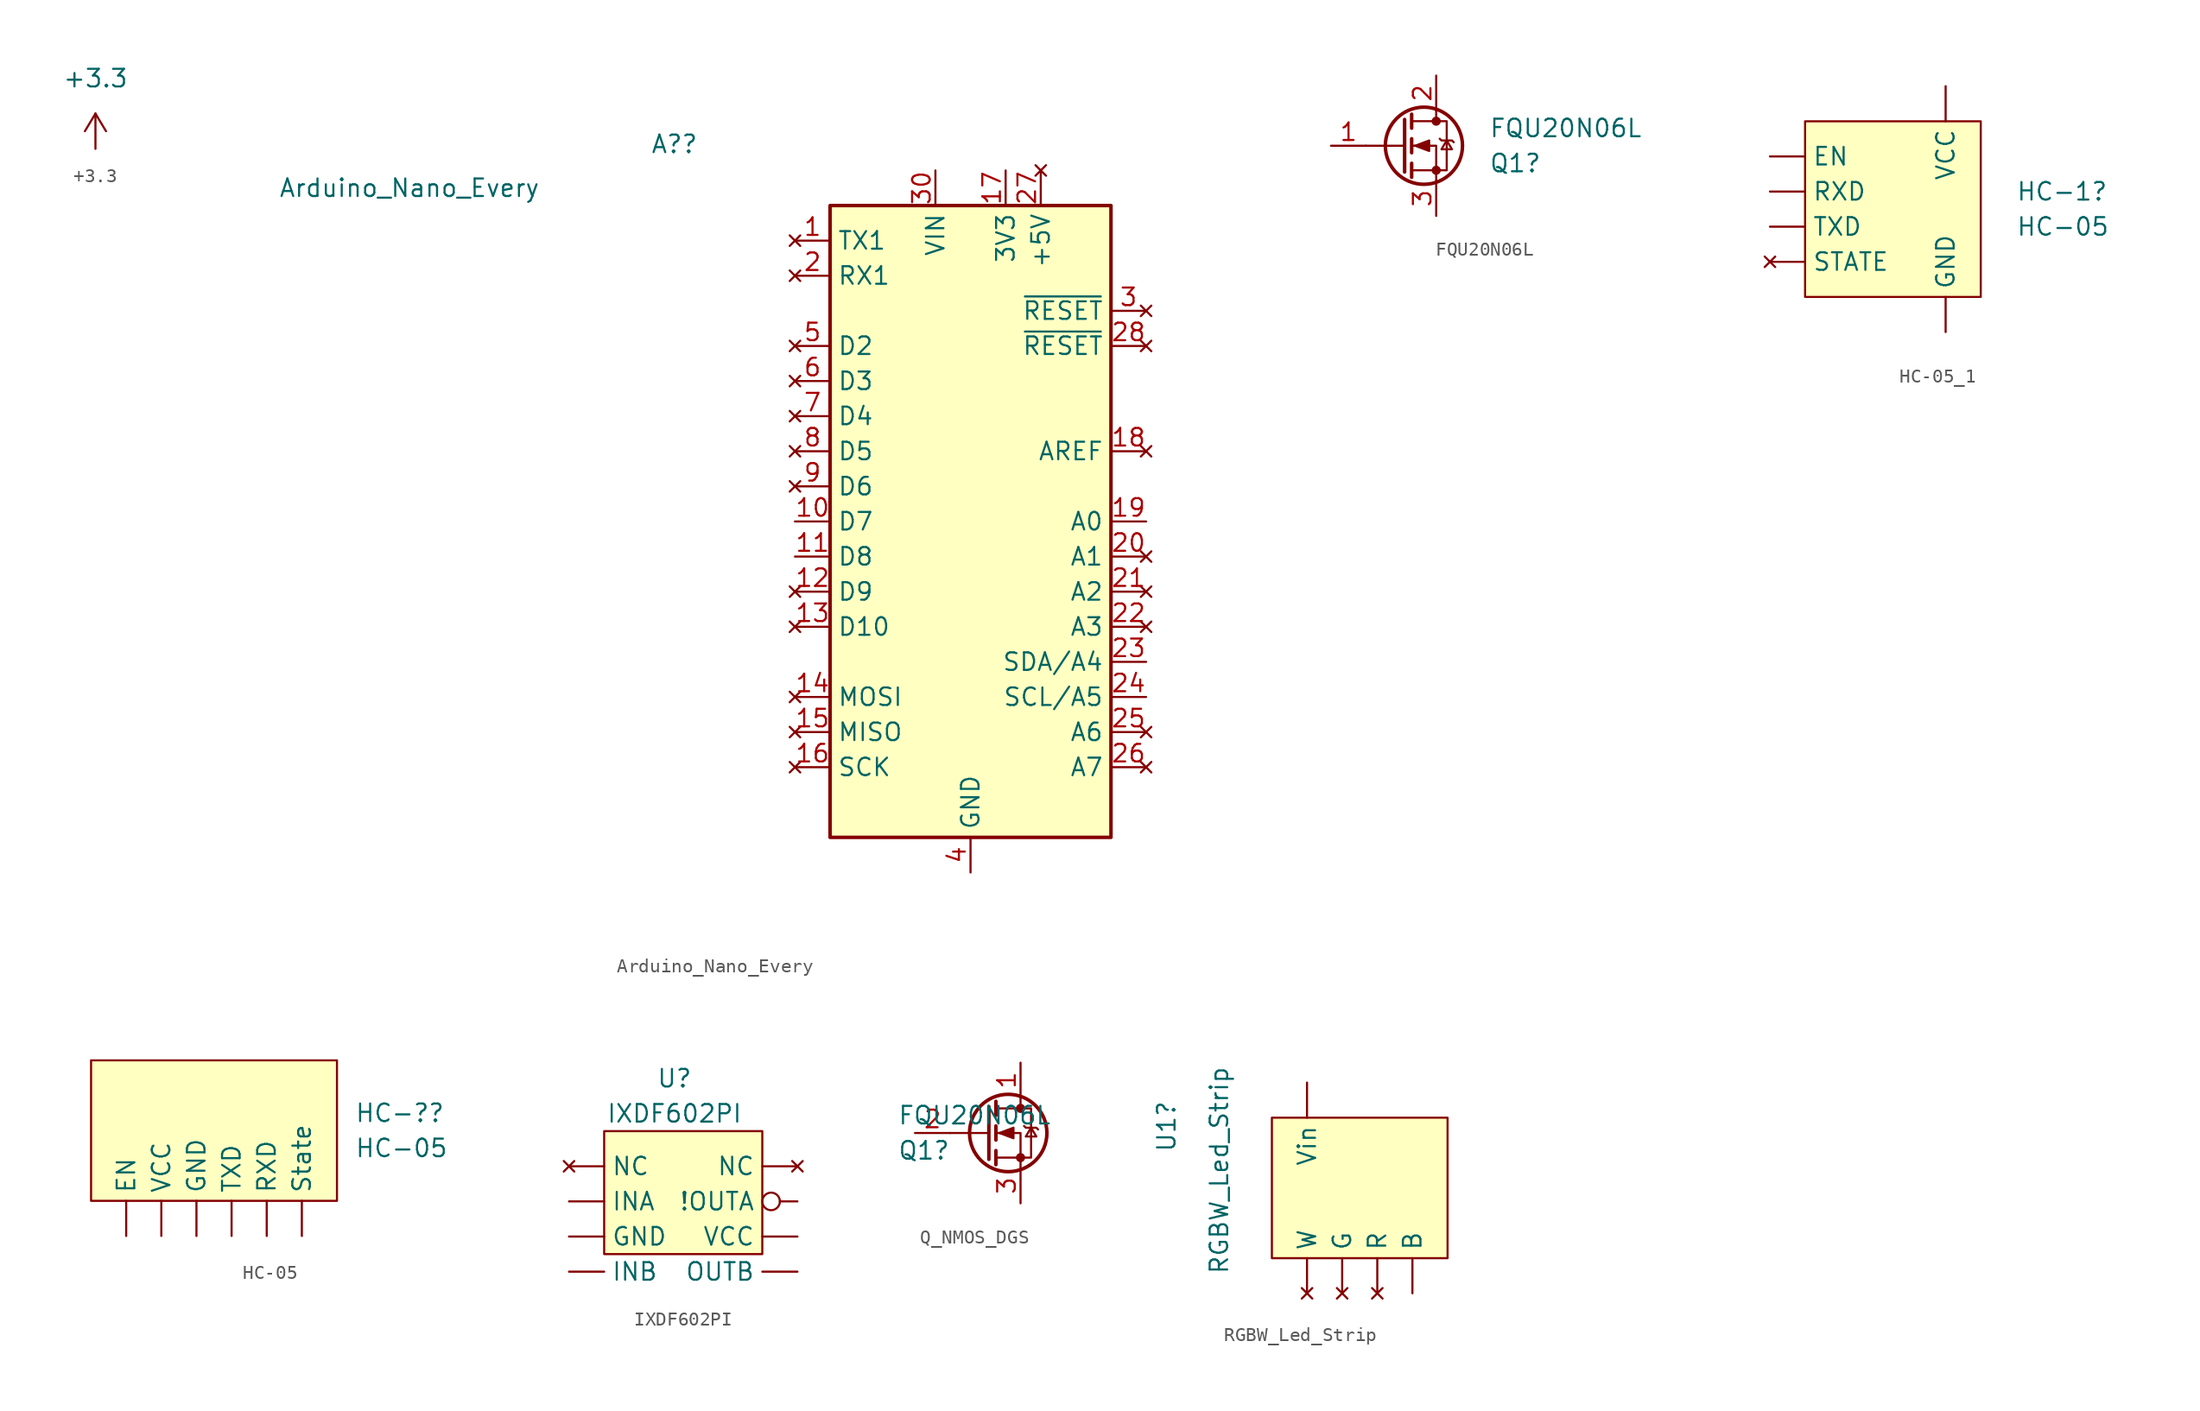
<source format=kicad_sym>
(kicad_symbol_lib
  (version 20211014)
  (generator kicad_symbol_editor)
  (symbol "+3.3"
    (power)
    (pin_names
      (offset 0))
    (property "Reference" "#PWR?"
      (at 0 -3.81 0)
      (effects (font (size 1.27 1.27)) hide))
    (property "Value" "+3.3"
      (at 0 5.08 0)
      (effects (font (size 1.27 1.27))))
    (symbol "+3.3_0_1"
      (polyline (pts (xy -0.762 1.27) (xy 0 2.54)) (stroke (width 0) (type default) (color 0 0 0 0)) (fill (type none)))
      (polyline (pts (xy 0 0) (xy 0 2.54)) (stroke (width 0) (type default) (color 0 0 0 0)) (fill (type none)))
      (polyline (pts (xy 0 2.54) (xy 0.762 1.27)) (stroke (width 0) (type default) (color 0 0 0 0)) (fill (type none))))
    (symbol "+3.3_1_1"
      (pin power_in line (at 0 0 90) (length 0) hide (name "+3V3" (effects (font (size 1.27 1.27)))) (number "1" (effects (font (size 1.27 1.27)))))))
  (symbol "Arduino_Nano_Every"
    (property "Reference" "A?"
      (at -19.685 27.305 0)
      (effects (font (size 1.27 1.27)) (justify right)))
    (property "Value" "Arduino_Nano_Every"
      (at -31.115 24.13 0)
      (effects (font (size 1.27 1.27)) (justify right)))
    (symbol "Arduino_Nano_Every_0_1"
      (rectangle (start -10.16 22.86) (end 10.16 -22.86) (stroke (width 0.254) (type default) (color 0 0 0 0)) (fill (type background))))
    (symbol "Arduino_Nano_Every_1_1"
      (pin no_connect line (at -12.7 20.32 0) (length 2.54) (name "TX1" (effects (font (size 1.27 1.27)))) (number "1" (effects (font (size 1.27 1.27)))))
      (pin bidirectional line (at -12.7 0 0) (length 2.54) (name "D7" (effects (font (size 1.27 1.27)))) (number "10" (effects (font (size 1.27 1.27)))))
      (pin bidirectional line (at -12.7 -2.54 0) (length 2.54) (name "D8" (effects (font (size 1.27 1.27)))) (number "11" (effects (font (size 1.27 1.27)))))
      (pin no_connect line (at -12.7 -5.08 0) (length 2.54) (name "D9" (effects (font (size 1.27 1.27)))) (number "12" (effects (font (size 1.27 1.27)))))
      (pin no_connect line (at -12.7 -7.62 0) (length 2.54) (name "D10" (effects (font (size 1.27 1.27)))) (number "13" (effects (font (size 1.27 1.27)))))
      (pin no_connect line (at -12.7 -12.7 0) (length 2.54) (name "MOSI" (effects (font (size 1.27 1.27)))) (number "14" (effects (font (size 1.27 1.27)))))
      (pin no_connect line (at -12.7 -15.24 0) (length 2.54) (name "MISO" (effects (font (size 1.27 1.27)))) (number "15" (effects (font (size 1.27 1.27)))))
      (pin no_connect line (at -12.7 -17.78 0) (length 2.54) (name "SCK" (effects (font (size 1.27 1.27)))) (number "16" (effects (font (size 1.27 1.27)))))
      (pin power_out line (at 2.54 25.4 270) (length 2.54) (name "3V3" (effects (font (size 1.27 1.27)))) (number "17" (effects (font (size 1.27 1.27)))))
      (pin no_connect line (at 12.7 5.08 180) (length 2.54) (name "AREF" (effects (font (size 1.27 1.27)))) (number "18" (effects (font (size 1.27 1.27)))))
      (pin bidirectional line (at 12.7 0 180) (length 2.54) (name "A0" (effects (font (size 1.27 1.27)))) (number "19" (effects (font (size 1.27 1.27)))))
      (pin no_connect line (at -12.7 17.78 0) (length 2.54) (name "RX1" (effects (font (size 1.27 1.27)))) (number "2" (effects (font (size 1.27 1.27)))))
      (pin no_connect line (at 12.7 -2.54 180) (length 2.54) (name "A1" (effects (font (size 1.27 1.27)))) (number "20" (effects (font (size 1.27 1.27)))))
      (pin no_connect line (at 12.7 -5.08 180) (length 2.54) (name "A2" (effects (font (size 1.27 1.27)))) (number "21" (effects (font (size 1.27 1.27)))))
      (pin no_connect line (at 12.7 -7.62 180) (length 2.54) (name "A3" (effects (font (size 1.27 1.27)))) (number "22" (effects (font (size 1.27 1.27)))))
      (pin bidirectional line (at 12.7 -10.16 180) (length 2.54) (name "SDA/A4" (effects (font (size 1.27 1.27)))) (number "23" (effects (font (size 1.27 1.27)))))
      (pin bidirectional line (at 12.7 -12.7 180) (length 2.54) (name "SCL/A5" (effects (font (size 1.27 1.27)))) (number "24" (effects (font (size 1.27 1.27)))))
      (pin no_connect line (at 12.7 -15.24 180) (length 2.54) (name "A6" (effects (font (size 1.27 1.27)))) (number "25" (effects (font (size 1.27 1.27)))))
      (pin no_connect line (at 12.7 -17.78 180) (length 2.54) (name "A7" (effects (font (size 1.27 1.27)))) (number "26" (effects (font (size 1.27 1.27)))))
      (pin no_connect line (at 5.08 25.4 270) (length 2.54) (name "+5V" (effects (font (size 1.27 1.27)))) (number "27" (effects (font (size 1.27 1.27)))))
      (pin no_connect line (at 12.7 12.7 180) (length 2.54) (name "~{RESET}" (effects (font (size 1.27 1.27)))) (number "28" (effects (font (size 1.27 1.27)))))
      (pin passive line (at 0 -25.4 90) (length 2.54) hide (name "GND" (effects (font (size 1.27 1.27)))) (number "29" (effects (font (size 1.27 1.27)))))
      (pin no_connect line (at 12.7 15.24 180) (length 2.54) (name "~{RESET}" (effects (font (size 1.27 1.27)))) (number "3" (effects (font (size 1.27 1.27)))))
      (pin power_in line (at -2.54 25.4 270) (length 2.54) (name "VIN" (effects (font (size 1.27 1.27)))) (number "30" (effects (font (size 1.27 1.27)))))
      (pin power_in line (at 0 -25.4 90) (length 2.54) (name "GND" (effects (font (size 1.27 1.27)))) (number "4" (effects (font (size 1.27 1.27)))))
      (pin no_connect line (at -12.7 12.7 0) (length 2.54) (name "D2" (effects (font (size 1.27 1.27)))) (number "5" (effects (font (size 1.27 1.27)))))
      (pin no_connect line (at -12.7 10.16 0) (length 2.54) (name "D3" (effects (font (size 1.27 1.27)))) (number "6" (effects (font (size 1.27 1.27)))))
      (pin no_connect line (at -12.7 7.62 0) (length 2.54) (name "D4" (effects (font (size 1.27 1.27)))) (number "7" (effects (font (size 1.27 1.27)))))
      (pin no_connect line (at -12.7 5.08 0) (length 2.54) (name "D5" (effects (font (size 1.27 1.27)))) (number "8" (effects (font (size 1.27 1.27)))))
      (pin no_connect line (at -12.7 2.54 0) (length 2.54) (name "D6" (effects (font (size 1.27 1.27)))) (number "9" (effects (font (size 1.27 1.27)))))))
  (symbol "FQU20N06L"
    (pin_names
      (offset 0) hide)
    (property "Reference" "Q1"
      (at 6.35 -1.27 0)
      (effects (font (size 1.27 1.27)) (justify left)))
    (property "Value" "FQU20N06L"
      (at 6.35 1.27 0)
      (effects (font (size 1.27 1.27)) (justify left)))
    (symbol "FQU20N06L_0_1"
      (polyline (pts (xy 0.254 0) (xy -2.54 0)) (stroke (width 0) (type default) (color 0 0 0 0)) (fill (type none)))
      (polyline (pts (xy 0.254 1.905) (xy 0.254 -1.905)) (stroke (width 0.254) (type default) (color 0 0 0 0)) (fill (type none)))
      (polyline (pts (xy 0.762 -1.27) (xy 0.762 -2.286)) (stroke (width 0.254) (type default) (color 0 0 0 0)) (fill (type none)))
      (polyline (pts (xy 0.762 0.508) (xy 0.762 -0.508)) (stroke (width 0.254) (type default) (color 0 0 0 0)) (fill (type none)))
      (polyline (pts (xy 0.762 2.286) (xy 0.762 1.27)) (stroke (width 0.254) (type default) (color 0 0 0 0)) (fill (type none)))
      (polyline (pts (xy 2.54 2.54) (xy 2.54 1.778)) (stroke (width 0) (type default) (color 0 0 0 0)) (fill (type none)))
      (polyline (pts (xy 2.54 -2.54) (xy 2.54 0) (xy 0.762 0)) (stroke (width 0) (type default) (color 0 0 0 0)) (fill (type none)))
      (polyline (pts (xy 0.762 -1.778) (xy 3.302 -1.778) (xy 3.302 1.778) (xy 0.762 1.778)) (stroke (width 0) (type default) (color 0 0 0 0)) (fill (type none)))
      (polyline (pts (xy 1.016 0) (xy 2.032 0.381) (xy 2.032 -0.381) (xy 1.016 0)) (stroke (width 0) (type default) (color 0 0 0 0)) (fill (type outline)))
      (polyline (pts (xy 2.794 0.508) (xy 2.921 0.381) (xy 3.683 0.381) (xy 3.81 0.254)) (stroke (width 0) (type default) (color 0 0 0 0)) (fill (type none)))
      (polyline (pts (xy 3.302 0.381) (xy 2.921 -0.254) (xy 3.683 -0.254) (xy 3.302 0.381)) (stroke (width 0) (type default) (color 0 0 0 0)) (fill (type none)))
      (circle (center 1.651 0) (radius 2.794) (stroke (width 0.254) (type default) (color 0 0 0 0)) (fill (type none)))
      (circle (center 2.54 -1.778) (radius 0.254) (stroke (width 0) (type default) (color 0 0 0 0)) (fill (type outline)))
      (circle (center 2.54 1.778) (radius 0.254) (stroke (width 0) (type default) (color 0 0 0 0)) (fill (type outline))))
    (symbol "FQU20N06L_1_1"
      (pin input line (at -5.08 0 0) (length 2.54) (name "G" (effects (font (size 1.27 1.27)))) (number "1" (effects (font (size 1.27 1.27)))))
      (pin passive line (at 2.54 5.08 270) (length 2.54) (name "D" (effects (font (size 1.27 1.27)))) (number "2" (effects (font (size 1.27 1.27)))))
      (pin passive line (at 2.54 -5.08 90) (length 2.54) (name "S" (effects (font (size 1.27 1.27)))) (number "3" (effects (font (size 1.27 1.27)))))))
  (symbol "HC-05_1"
    (property "Reference" "HC-1"
      (at 6.35 -7.62 0)
      (effects (font (size 1.27 1.27)) (justify left)))
    (property "Value" "HC-05"
      (at 6.35 -10.16 0)
      (effects (font (size 1.27 1.27)) (justify left)))
    (symbol "HC-05_1_0_1"
      (rectangle (start -8.89 -2.54) (end 3.81 -15.24) (stroke (width 0) (type default) (color 0 0 0 0)) (fill (type background))))
    (symbol "HC-05_1_1_1"
      (pin input line (at -11.43 -5.08 0) (length 2.54) (name "EN" (effects (font (size 1.27 1.27)))) (number "" (effects (font (size 1.27 1.27)))))
      (pin power_in line (at 1.27 -17.78 90) (length 2.54) (name "GND" (effects (font (size 1.27 1.27)))) (number "" (effects (font (size 1.27 1.27)))))
      (pin input line (at -11.43 -7.62 0) (length 2.54) (name "RXD" (effects (font (size 1.27 1.27)))) (number "" (effects (font (size 1.27 1.27)))))
      (pin no_connect line (at -11.43 -12.7 0) (length 2.54) (name "STATE" (effects (font (size 1.27 1.27)))) (number "" (effects (font (size 1.27 1.27)))))
      (pin output line (at -11.43 -10.16 0) (length 2.54) (name "TXD" (effects (font (size 1.27 1.27)))) (number "" (effects (font (size 1.27 1.27)))))
      (pin power_in line (at 1.27 0 270) (length 2.54) (name "VCC" (effects (font (size 1.27 1.27)))) (number "" (effects (font (size 1.27 1.27)))))))
  (symbol "HC-05"
    (property "Reference" "HC-?"
      (at 10.16 1.27 0)
      (effects (font (size 1.27 1.27)) (justify left)))
    (property "Value" "HC-05"
      (at 10.16 -1.27 0)
      (effects (font (size 1.27 1.27)) (justify left)))
    (symbol "HC-05_0_1"
      (rectangle (start -8.89 5.08) (end 8.89 -5.08) (stroke (width 0) (type default) (color 0 0 0 0)) (fill (type background))))
    (symbol "HC-05_1_1"
      (pin input line (at -6.35 -7.62 90) (length 2.54) (name "EN" (effects (font (size 1.27 1.27)))) (number "" (effects (font (size 1.27 1.27)))))
      (pin input line (at -1.27 -7.62 90) (length 2.54) (name "GND" (effects (font (size 1.27 1.27)))) (number "" (effects (font (size 1.27 1.27)))))
      (pin input line (at 3.81 -7.62 90) (length 2.54) (name "RXD" (effects (font (size 1.27 1.27)))) (number "" (effects (font (size 1.27 1.27)))))
      (pin input line (at 6.35 -7.62 90) (length 2.54) (name "State" (effects (font (size 1.27 1.27)))) (number "" (effects (font (size 1.27 1.27)))))
      (pin output line (at 1.27 -7.62 90) (length 2.54) (name "TXD" (effects (font (size 1.27 1.27)))) (number "" (effects (font (size 1.27 1.27)))))
      (pin input line (at -3.81 -7.62 90) (length 2.54) (name "VCC" (effects (font (size 1.27 1.27)))) (number "" (effects (font (size 1.27 1.27)))))))
  (symbol "IXDF602PI"
    (property "Reference" "U"
      (at 0 8.89 0)
      (effects (font (size 1.27 1.27))))
    (property "Value" "IXDF602PI"
      (at 0 6.35 0)
      (effects (font (size 1.27 1.27))))
    (symbol "IXDF602PI_0_1"
      (rectangle (start -5.08 5.08) (end 6.35 -3.81) (stroke (width 0) (type default) (color 0 0 0 0)) (fill (type background))))
    (symbol "IXDF602PI_1_1"
      (pin power_out inverted (at 8.89 0 180) (length 2.54) (name "!OUTA" (effects (font (size 1.27 1.27)))) (number "" (effects (font (size 1.27 1.27)))))
      (pin power_out line (at -7.62 -2.54 0) (length 2.54) (name "GND" (effects (font (size 1.27 1.27)))) (number "" (effects (font (size 1.27 1.27)))))
      (pin power_in line (at -7.62 0 0) (length 2.54) (name "INA" (effects (font (size 1.27 1.27)))) (number "" (effects (font (size 1.27 1.27)))))
      (pin input line (at -7.62 -5.08 0) (length 2.54) (name "INB" (effects (font (size 1.27 1.27)))) (number "" (effects (font (size 1.27 1.27)))))
      (pin no_connect line (at -7.62 2.54 0) (length 2.54) (name "NC" (effects (font (size 1.27 1.27)))) (number "" (effects (font (size 1.27 1.27)))))
      (pin no_connect line (at 8.89 2.54 180) (length 2.54) (name "NC" (effects (font (size 1.27 1.27)))) (number "" (effects (font (size 1.27 1.27)))))
      (pin power_out line (at 8.89 -5.08 180) (length 2.54) (name "OUTB" (effects (font (size 1.27 1.27)))) (number "" (effects (font (size 1.27 1.27)))))
      (pin power_in line (at 8.89 -2.54 180) (length 2.54) (name "VCC" (effects (font (size 1.27 1.27)))) (number "" (effects (font (size 1.27 1.27)))))))
  (symbol "Q_NMOS_DGS"
    (pin_names
      (offset 0) hide)
    (property "Reference" "Q1"
      (at -6.35 -1.27 0)
      (effects (font (size 1.27 1.27)) (justify left)))
    (property "Value" "FQU20N06L"
      (at -6.35 1.27 0)
      (effects (font (size 1.27 1.27)) (justify left)))
    (symbol "Q_NMOS_DGS_0_1"
      (polyline (pts (xy 0.254 0) (xy -2.54 0)) (stroke (width 0) (type default) (color 0 0 0 0)) (fill (type none)))
      (polyline (pts (xy 0.254 1.905) (xy 0.254 -1.905)) (stroke (width 0.254) (type default) (color 0 0 0 0)) (fill (type none)))
      (polyline (pts (xy 0.762 -1.27) (xy 0.762 -2.286)) (stroke (width 0.254) (type default) (color 0 0 0 0)) (fill (type none)))
      (polyline (pts (xy 0.762 0.508) (xy 0.762 -0.508)) (stroke (width 0.254) (type default) (color 0 0 0 0)) (fill (type none)))
      (polyline (pts (xy 0.762 2.286) (xy 0.762 1.27)) (stroke (width 0.254) (type default) (color 0 0 0 0)) (fill (type none)))
      (polyline (pts (xy 2.54 2.54) (xy 2.54 1.778)) (stroke (width 0) (type default) (color 0 0 0 0)) (fill (type none)))
      (polyline (pts (xy 2.54 -2.54) (xy 2.54 0) (xy 0.762 0)) (stroke (width 0) (type default) (color 0 0 0 0)) (fill (type none)))
      (polyline (pts (xy 0.762 -1.778) (xy 3.302 -1.778) (xy 3.302 1.778) (xy 0.762 1.778)) (stroke (width 0) (type default) (color 0 0 0 0)) (fill (type none)))
      (polyline (pts (xy 1.016 0) (xy 2.032 0.381) (xy 2.032 -0.381) (xy 1.016 0)) (stroke (width 0) (type default) (color 0 0 0 0)) (fill (type outline)))
      (polyline (pts (xy 2.794 0.508) (xy 2.921 0.381) (xy 3.683 0.381) (xy 3.81 0.254)) (stroke (width 0) (type default) (color 0 0 0 0)) (fill (type none)))
      (polyline (pts (xy 3.302 0.381) (xy 2.921 -0.254) (xy 3.683 -0.254) (xy 3.302 0.381)) (stroke (width 0) (type default) (color 0 0 0 0)) (fill (type none)))
      (circle (center 1.651 0) (radius 2.794) (stroke (width 0.254) (type default) (color 0 0 0 0)) (fill (type none)))
      (circle (center 2.54 -1.778) (radius 0.254) (stroke (width 0) (type default) (color 0 0 0 0)) (fill (type outline)))
      (circle (center 2.54 1.778) (radius 0.254) (stroke (width 0) (type default) (color 0 0 0 0)) (fill (type outline))))
    (symbol "Q_NMOS_DGS_1_1"
      (pin passive line (at 2.54 5.08 270) (length 2.54) (name "D" (effects (font (size 1.27 1.27)))) (number "1" (effects (font (size 1.27 1.27)))))
      (pin input line (at -5.08 0 0) (length 2.54) (name "G" (effects (font (size 1.27 1.27)))) (number "2" (effects (font (size 1.27 1.27)))))
      (pin passive line (at 2.54 -5.08 90) (length 2.54) (name "S" (effects (font (size 1.27 1.27)))) (number "3" (effects (font (size 1.27 1.27)))))))
  (symbol "RGBW_Led_Strip"
    (property "Reference" "U1"
      (at -12.7 3.175 90)
      (effects (font (size 1.27 1.27))))
    (property "Value" "RGBW_Led_Strip"
      (at -8.89 0 90)
      (effects (font (size 1.27 1.27))))
    (symbol "RGBW_Led_Strip_0_1"
      (rectangle (start -5.08 3.81) (end 7.62 -6.35) (stroke (width 0) (type default) (color 0 0 0 0)) (fill (type background))))
    (symbol "RGBW_Led_Strip_1_1"
      (pin power_out line (at 5.08 -8.89 90) (length 2.54) (name "B" (effects (font (size 1.27 1.27)))) (number "" (effects (font (size 1.27 1.27)))))
      (pin no_connect line (at 0 -8.89 90) (length 2.54) (name "G" (effects (font (size 1.27 1.27)))) (number "" (effects (font (size 1.27 1.27)))))
      (pin no_connect line (at 2.54 -8.89 90) (length 2.54) (name "R" (effects (font (size 1.27 1.27)))) (number "" (effects (font (size 1.27 1.27)))))
      (pin power_in line (at -2.54 6.35 270) (length 2.54) (name "Vin" (effects (font (size 1.27 1.27)))) (number "" (effects (font (size 1.27 1.27)))))
      (pin no_connect line (at -2.54 -8.89 90) (length 2.54) (name "W" (effects (font (size 1.27 1.27)))) (number "" (effects (font (size 1.27 1.27))))))))
</source>
